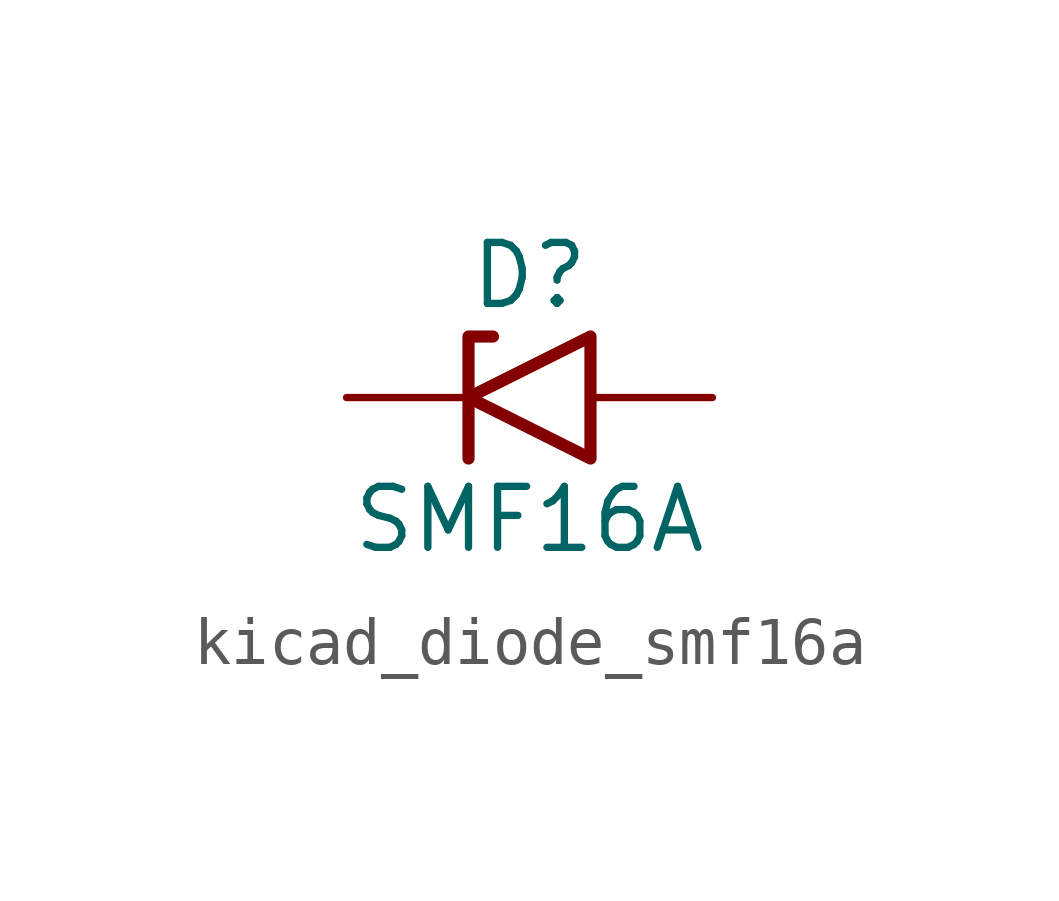
<source format=kicad_sym>
(kicad_symbol_lib
  (version 20220914)
  (generator kicad_symbol_editor)
  (symbol "kicad_diode_smf16a"
    (pin_numbers hide)
    (pin_names
      (offset 1.016) hide)
    (property "Reference" "D"
      (at 0 2.54 0)
      (effects (font (size 1.27 1.27))))
    (property "Value" "SMF16A"
      (at 0 -2.54 0)
      (effects (font (size 1.27 1.27))))
    (symbol "kicad_diode_smf16a_0_1"
      (polyline (pts (xy -0.762 1.27) (xy -1.27 1.27) (xy -1.27 -1.27)) (stroke (width 0.254) (type default)) (fill (type none)))
      (polyline (pts (xy 1.27 1.27) (xy 1.27 -1.27) (xy -1.27 0) (xy 1.27 1.27)) (stroke (width 0.254) (type default)) (fill (type none))))
    (symbol "kicad_diode_smf16a_1_1"
      (pin passive line (at -3.81 0 0) (length 2.54) (name "A1" (effects (font (size 1.27 1.27)))) (number "1" (effects (font (size 1.27 1.27)))))
      (pin passive line (at 3.81 0 180) (length 2.54) (name "A2" (effects (font (size 1.27 1.27)))) (number "2" (effects (font (size 1.27 1.27))))))))
</source>
